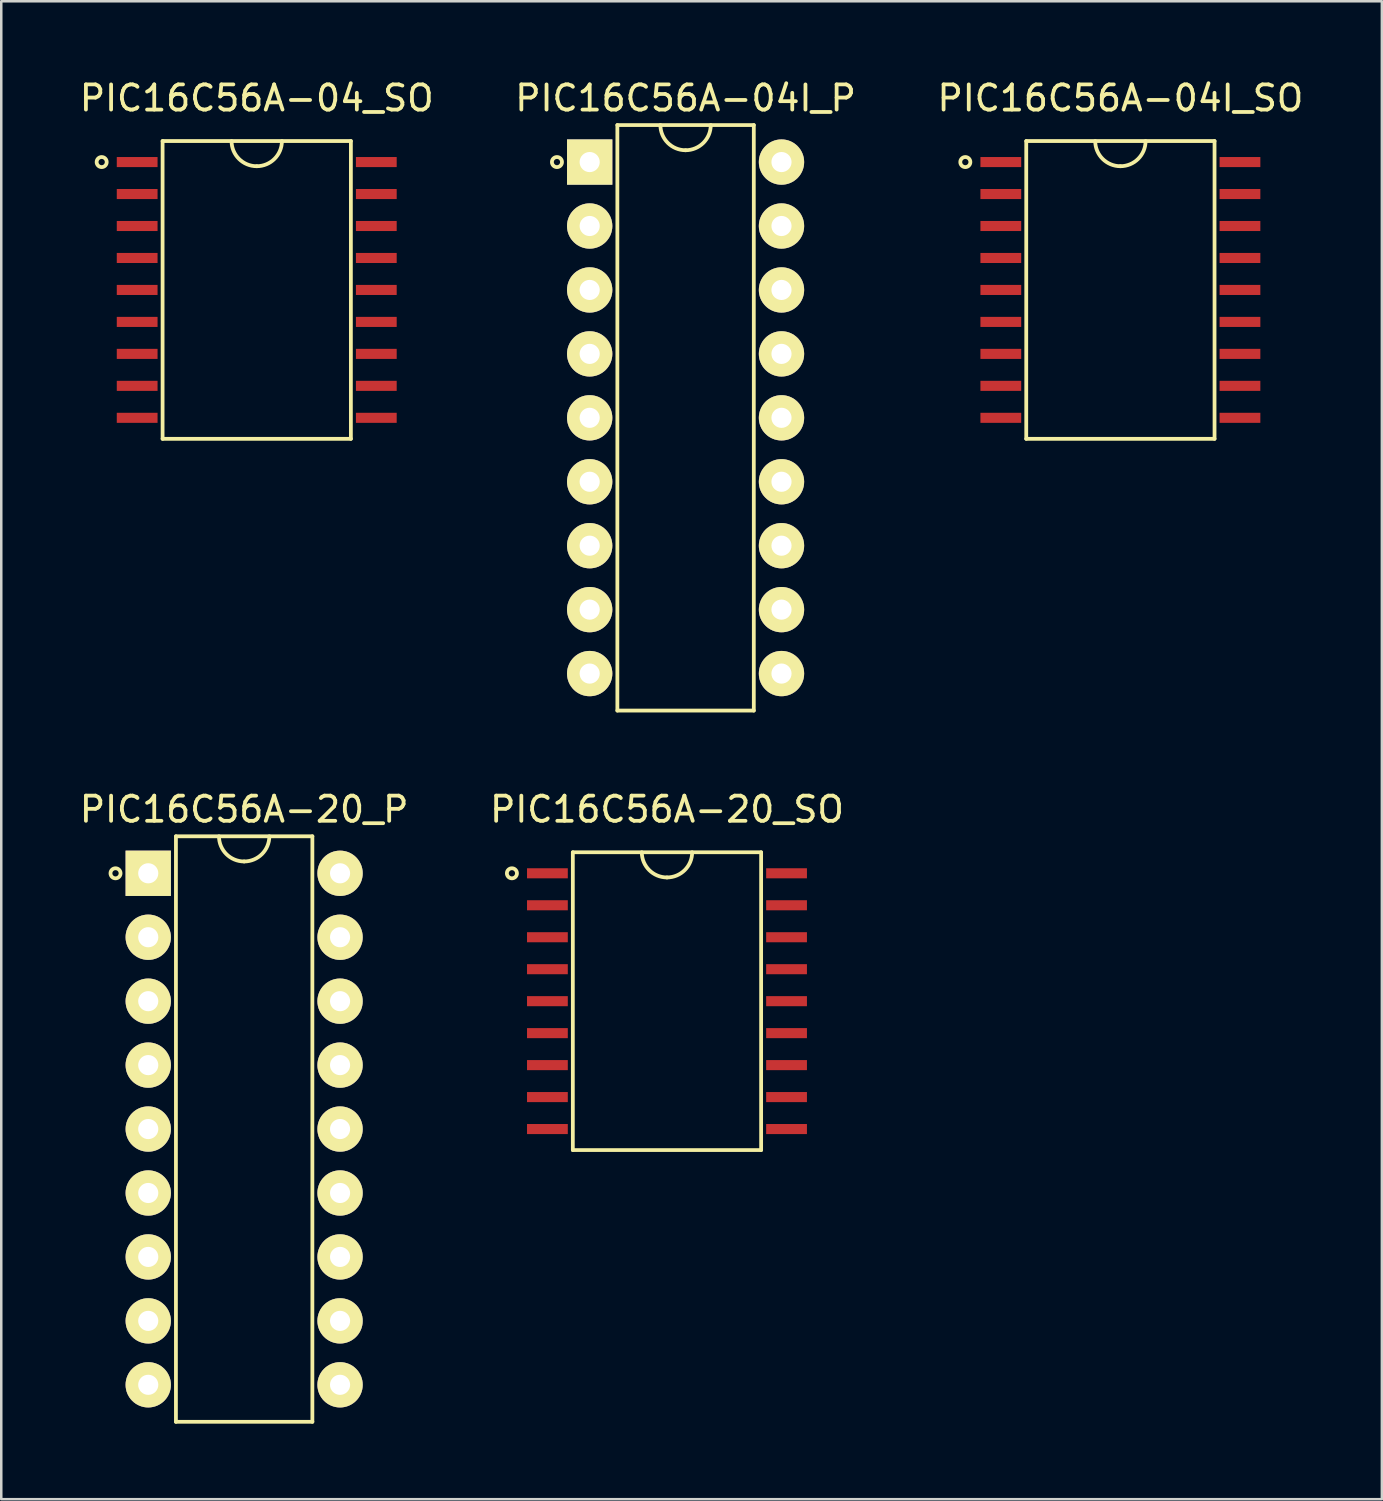
<source format=kicad_pcb>
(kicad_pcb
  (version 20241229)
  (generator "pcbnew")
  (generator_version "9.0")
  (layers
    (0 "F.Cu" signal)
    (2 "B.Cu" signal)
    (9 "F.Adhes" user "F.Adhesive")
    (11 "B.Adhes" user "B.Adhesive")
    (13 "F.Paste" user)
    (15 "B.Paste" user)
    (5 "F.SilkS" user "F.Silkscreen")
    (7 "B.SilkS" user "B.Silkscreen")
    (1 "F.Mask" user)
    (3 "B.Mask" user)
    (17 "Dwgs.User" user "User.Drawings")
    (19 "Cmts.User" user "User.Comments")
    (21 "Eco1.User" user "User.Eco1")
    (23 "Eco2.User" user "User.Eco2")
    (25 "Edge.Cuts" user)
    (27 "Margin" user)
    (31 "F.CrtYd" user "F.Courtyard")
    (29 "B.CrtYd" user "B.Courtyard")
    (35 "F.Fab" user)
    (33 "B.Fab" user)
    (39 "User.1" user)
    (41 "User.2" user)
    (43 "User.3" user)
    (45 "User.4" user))
  (footprint "PIC16C56A-04I_P"
    (layer "F.Cu")
    (at 20.375 3.388)
    (property "Reference" "PIC16C56A-04I_P" (at 3.81 -2.54 0) (layer "F.SilkS") (effects (font (size 1 1) (thickness 0.15))))
    (attr through_hole)
    (fp_line (start 1.1 -1.47) (end 6.52 -1.47) (stroke (width 0.15) (type solid)) (layer "F.SilkS"))
    (fp_line (start 1.1 21.79) (end 1.1 -1.47) (stroke (width 0.15) (type solid)) (layer "F.SilkS"))
    (fp_line (start 6.52 -1.47) (end 6.52 21.79) (stroke (width 0.15) (type solid)) (layer "F.SilkS"))
    (fp_line (start 6.52 21.79) (end 1.1 21.79) (stroke (width 0.15) (type solid)) (layer "F.SilkS"))
    (fp_arc (start 3.81 -0.47) (mid 3.102893 -0.762893) (end 2.81 -1.47) (stroke (width 0.15) (type solid)) (layer "F.SilkS"))
    (fp_arc (start 4.81 -1.47) (mid 4.517107 -0.762893) (end 3.81 -0.47) (stroke (width 0.15) (type solid)) (layer "F.SilkS"))
    (fp_circle (center -1.3 0) (end -1.3 0.2) (stroke (width 0.15) (type solid)) (fill no) (layer "F.SilkS"))
    (pad "1" thru_hole rect (at 0 0) (size 1.8 1.8) (drill 0.8) (layers "*.Cu" "*.Mask" "F.SilkS"))
    (pad "2" thru_hole circle (at 0 2.54) (size 1.8 1.8) (drill 0.8) (layers "*.Cu" "*.Mask" "F.SilkS"))
    (pad "3" thru_hole circle (at 0 5.08) (size 1.8 1.8) (drill 0.8) (layers "*.Cu" "*.Mask" "F.SilkS"))
    (pad "4" thru_hole circle (at 0 7.62) (size 1.8 1.8) (drill 0.8) (layers "*.Cu" "*.Mask" "F.SilkS"))
    (pad "5" thru_hole circle (at 0 10.16) (size 1.8 1.8) (drill 0.8) (layers "*.Cu" "*.Mask" "F.SilkS"))
    (pad "6" thru_hole circle (at 0 12.7) (size 1.8 1.8) (drill 0.8) (layers "*.Cu" "*.Mask" "F.SilkS"))
    (pad "7" thru_hole circle (at 0 15.24) (size 1.8 1.8) (drill 0.8) (layers "*.Cu" "*.Mask" "F.SilkS"))
    (pad "8" thru_hole circle (at 0 17.78) (size 1.8 1.8) (drill 0.8) (layers "*.Cu" "*.Mask" "F.SilkS"))
    (pad "9" thru_hole circle (at 0 20.32) (size 1.8 1.8) (drill 0.8) (layers "*.Cu" "*.Mask" "F.SilkS"))
    (pad "10" thru_hole circle (at 7.62 20.32) (size 1.8 1.8) (drill 0.8) (layers "*.Cu" "*.Mask" "F.SilkS"))
    (pad "11" thru_hole circle (at 7.62 17.78) (size 1.8 1.8) (drill 0.8) (layers "*.Cu" "*.Mask" "F.SilkS"))
    (pad "12" thru_hole circle (at 7.62 15.24) (size 1.8 1.8) (drill 0.8) (layers "*.Cu" "*.Mask" "F.SilkS"))
    (pad "13" thru_hole circle (at 7.62 12.7) (size 1.8 1.8) (drill 0.8) (layers "*.Cu" "*.Mask" "F.SilkS"))
    (pad "14" thru_hole circle (at 7.62 10.16) (size 1.8 1.8) (drill 0.8) (layers "*.Cu" "*.Mask" "F.SilkS"))
    (pad "15" thru_hole circle (at 7.62 7.62) (size 1.8 1.8) (drill 0.8) (layers "*.Cu" "*.Mask" "F.SilkS"))
    (pad "16" thru_hole circle (at 7.62 5.08) (size 1.8 1.8) (drill 0.8) (layers "*.Cu" "*.Mask" "F.SilkS"))
    (pad "17" thru_hole circle (at 7.62 2.54) (size 1.8 1.8) (drill 0.8) (layers "*.Cu" "*.Mask" "F.SilkS"))
    (pad "18" thru_hole circle (at 7.62 0) (size 1.8 1.8) (drill 0.8) (layers "*.Cu" "*.Mask" "F.SilkS")))
  (footprint "PIC16C56A-04I_SO"
    (layer "F.Cu")
    (at 36.708 3.388)
    (property "Reference" "PIC16C56A-04I_SO" (at 4.75 -2.54 0) (layer "F.SilkS") (effects (font (size 1 1) (thickness 0.15))))
    (attr through_hole)
    (fp_line (start 1.01 -0.835) (end 8.49 -0.835) (stroke (width 0.15) (type solid)) (layer "F.SilkS"))
    (fp_line (start 1.01 10.995) (end 1.01 -0.835) (stroke (width 0.15) (type solid)) (layer "F.SilkS"))
    (fp_line (start 8.49 -0.835) (end 8.49 10.995) (stroke (width 0.15) (type solid)) (layer "F.SilkS"))
    (fp_line (start 8.49 10.995) (end 1.01 10.995) (stroke (width 0.15) (type solid)) (layer "F.SilkS"))
    (fp_arc (start 4.75 0.165) (mid 4.042893 -0.127893) (end 3.75 -0.835) (stroke (width 0.15) (type solid)) (layer "F.SilkS"))
    (fp_arc (start 5.75 -0.835) (mid 5.457107 -0.127893) (end 4.75 0.165) (stroke (width 0.15) (type solid)) (layer "F.SilkS"))
    (fp_circle (center -1.41 0) (end -1.41 0.2) (stroke (width 0.15) (type solid)) (fill no) (layer "F.SilkS"))
    (pad "1" smd rect (at 0 0) (size 1.62 0.4) (layers "F.Cu" "F.Mask" "F.Paste"))
    (pad "2" smd rect (at 0 1.27) (size 1.62 0.4) (layers "F.Cu" "F.Mask" "F.Paste"))
    (pad "3" smd rect (at 0 2.54) (size 1.62 0.4) (layers "F.Cu" "F.Mask" "F.Paste"))
    (pad "4" smd rect (at 0 3.81) (size 1.62 0.4) (layers "F.Cu" "F.Mask" "F.Paste"))
    (pad "5" smd rect (at 0 5.08) (size 1.62 0.4) (layers "F.Cu" "F.Mask" "F.Paste"))
    (pad "6" smd rect (at 0 6.35) (size 1.62 0.4) (layers "F.Cu" "F.Mask" "F.Paste"))
    (pad "7" smd rect (at 0 7.62) (size 1.62 0.4) (layers "F.Cu" "F.Mask" "F.Paste"))
    (pad "8" smd rect (at 0 8.89) (size 1.62 0.4) (layers "F.Cu" "F.Mask" "F.Paste"))
    (pad "9" smd rect (at 0 10.16) (size 1.62 0.4) (layers "F.Cu" "F.Mask" "F.Paste"))
    (pad "10" smd rect (at 9.5 10.16) (size 1.62 0.4) (layers "F.Cu" "F.Mask" "F.Paste"))
    (pad "11" smd rect (at 9.5 8.89) (size 1.62 0.4) (layers "F.Cu" "F.Mask" "F.Paste"))
    (pad "12" smd rect (at 9.5 7.62) (size 1.62 0.4) (layers "F.Cu" "F.Mask" "F.Paste"))
    (pad "13" smd rect (at 9.5 6.35) (size 1.62 0.4) (layers "F.Cu" "F.Mask" "F.Paste"))
    (pad "14" smd rect (at 9.5 5.08) (size 1.62 0.4) (layers "F.Cu" "F.Mask" "F.Paste"))
    (pad "15" smd rect (at 9.5 3.81) (size 1.62 0.4) (layers "F.Cu" "F.Mask" "F.Paste"))
    (pad "16" smd rect (at 9.5 2.54) (size 1.62 0.4) (layers "F.Cu" "F.Mask" "F.Paste"))
    (pad "17" smd rect (at 9.5 1.27) (size 1.62 0.4) (layers "F.Cu" "F.Mask" "F.Paste"))
    (pad "18" smd rect (at 9.5 0) (size 1.62 0.4) (layers "F.Cu" "F.Mask" "F.Paste")))
  (footprint "PIC16C56A-20_SO"
    (layer "F.Cu")
    (at 18.696 31.642)
    (property "Reference" "PIC16C56A-20_SO" (at 4.75 -2.54 0) (layer "F.SilkS") (effects (font (size 1 1) (thickness 0.15))))
    (attr through_hole)
    (fp_line (start 1.01 -0.835) (end 8.49 -0.835) (stroke (width 0.15) (type solid)) (layer "F.SilkS"))
    (fp_line (start 1.01 10.995) (end 1.01 -0.835) (stroke (width 0.15) (type solid)) (layer "F.SilkS"))
    (fp_line (start 8.49 -0.835) (end 8.49 10.995) (stroke (width 0.15) (type solid)) (layer "F.SilkS"))
    (fp_line (start 8.49 10.995) (end 1.01 10.995) (stroke (width 0.15) (type solid)) (layer "F.SilkS"))
    (fp_arc (start 4.75 0.165) (mid 4.042893 -0.127893) (end 3.75 -0.835) (stroke (width 0.15) (type solid)) (layer "F.SilkS"))
    (fp_arc (start 5.75 -0.835) (mid 5.457107 -0.127893) (end 4.75 0.165) (stroke (width 0.15) (type solid)) (layer "F.SilkS"))
    (fp_circle (center -1.41 0) (end -1.41 0.2) (stroke (width 0.15) (type solid)) (fill no) (layer "F.SilkS"))
    (pad "1" smd rect (at 0 0) (size 1.62 0.4) (layers "F.Cu" "F.Mask" "F.Paste"))
    (pad "2" smd rect (at 0 1.27) (size 1.62 0.4) (layers "F.Cu" "F.Mask" "F.Paste"))
    (pad "3" smd rect (at 0 2.54) (size 1.62 0.4) (layers "F.Cu" "F.Mask" "F.Paste"))
    (pad "4" smd rect (at 0 3.81) (size 1.62 0.4) (layers "F.Cu" "F.Mask" "F.Paste"))
    (pad "5" smd rect (at 0 5.08) (size 1.62 0.4) (layers "F.Cu" "F.Mask" "F.Paste"))
    (pad "6" smd rect (at 0 6.35) (size 1.62 0.4) (layers "F.Cu" "F.Mask" "F.Paste"))
    (pad "7" smd rect (at 0 7.62) (size 1.62 0.4) (layers "F.Cu" "F.Mask" "F.Paste"))
    (pad "8" smd rect (at 0 8.89) (size 1.62 0.4) (layers "F.Cu" "F.Mask" "F.Paste"))
    (pad "9" smd rect (at 0 10.16) (size 1.62 0.4) (layers "F.Cu" "F.Mask" "F.Paste"))
    (pad "10" smd rect (at 9.5 10.16) (size 1.62 0.4) (layers "F.Cu" "F.Mask" "F.Paste"))
    (pad "11" smd rect (at 9.5 8.89) (size 1.62 0.4) (layers "F.Cu" "F.Mask" "F.Paste"))
    (pad "12" smd rect (at 9.5 7.62) (size 1.62 0.4) (layers "F.Cu" "F.Mask" "F.Paste"))
    (pad "13" smd rect (at 9.5 6.35) (size 1.62 0.4) (layers "F.Cu" "F.Mask" "F.Paste"))
    (pad "14" smd rect (at 9.5 5.08) (size 1.62 0.4) (layers "F.Cu" "F.Mask" "F.Paste"))
    (pad "15" smd rect (at 9.5 3.81) (size 1.62 0.4) (layers "F.Cu" "F.Mask" "F.Paste"))
    (pad "16" smd rect (at 9.5 2.54) (size 1.62 0.4) (layers "F.Cu" "F.Mask" "F.Paste"))
    (pad "17" smd rect (at 9.5 1.27) (size 1.62 0.4) (layers "F.Cu" "F.Mask" "F.Paste"))
    (pad "18" smd rect (at 9.5 0) (size 1.62 0.4) (layers "F.Cu" "F.Mask" "F.Paste")))
  (footprint "PIC16C56A-20_P"
    (layer "F.Cu")
    (at 2.839 31.642)
    (property "Reference" "PIC16C56A-20_P" (at 3.81 -2.54 0) (layer "F.SilkS") (effects (font (size 1 1) (thickness 0.15))))
    (attr through_hole)
    (fp_line (start 1.1 -1.47) (end 6.52 -1.47) (stroke (width 0.15) (type solid)) (layer "F.SilkS"))
    (fp_line (start 1.1 21.79) (end 1.1 -1.47) (stroke (width 0.15) (type solid)) (layer "F.SilkS"))
    (fp_line (start 6.52 -1.47) (end 6.52 21.79) (stroke (width 0.15) (type solid)) (layer "F.SilkS"))
    (fp_line (start 6.52 21.79) (end 1.1 21.79) (stroke (width 0.15) (type solid)) (layer "F.SilkS"))
    (fp_arc (start 3.81 -0.47) (mid 3.102893 -0.762893) (end 2.81 -1.47) (stroke (width 0.15) (type solid)) (layer "F.SilkS"))
    (fp_arc (start 4.81 -1.47) (mid 4.517107 -0.762893) (end 3.81 -0.47) (stroke (width 0.15) (type solid)) (layer "F.SilkS"))
    (fp_circle (center -1.3 0) (end -1.3 0.2) (stroke (width 0.15) (type solid)) (fill no) (layer "F.SilkS"))
    (pad "1" thru_hole rect (at 0 0) (size 1.8 1.8) (drill 0.8) (layers "*.Cu" "*.Mask" "F.SilkS"))
    (pad "2" thru_hole circle (at 0 2.54) (size 1.8 1.8) (drill 0.8) (layers "*.Cu" "*.Mask" "F.SilkS"))
    (pad "3" thru_hole circle (at 0 5.08) (size 1.8 1.8) (drill 0.8) (layers "*.Cu" "*.Mask" "F.SilkS"))
    (pad "4" thru_hole circle (at 0 7.62) (size 1.8 1.8) (drill 0.8) (layers "*.Cu" "*.Mask" "F.SilkS"))
    (pad "5" thru_hole circle (at 0 10.16) (size 1.8 1.8) (drill 0.8) (layers "*.Cu" "*.Mask" "F.SilkS"))
    (pad "6" thru_hole circle (at 0 12.7) (size 1.8 1.8) (drill 0.8) (layers "*.Cu" "*.Mask" "F.SilkS"))
    (pad "7" thru_hole circle (at 0 15.24) (size 1.8 1.8) (drill 0.8) (layers "*.Cu" "*.Mask" "F.SilkS"))
    (pad "8" thru_hole circle (at 0 17.78) (size 1.8 1.8) (drill 0.8) (layers "*.Cu" "*.Mask" "F.SilkS"))
    (pad "9" thru_hole circle (at 0 20.32) (size 1.8 1.8) (drill 0.8) (layers "*.Cu" "*.Mask" "F.SilkS"))
    (pad "10" thru_hole circle (at 7.62 20.32) (size 1.8 1.8) (drill 0.8) (layers "*.Cu" "*.Mask" "F.SilkS"))
    (pad "11" thru_hole circle (at 7.62 17.78) (size 1.8 1.8) (drill 0.8) (layers "*.Cu" "*.Mask" "F.SilkS"))
    (pad "12" thru_hole circle (at 7.62 15.24) (size 1.8 1.8) (drill 0.8) (layers "*.Cu" "*.Mask" "F.SilkS"))
    (pad "13" thru_hole circle (at 7.62 12.7) (size 1.8 1.8) (drill 0.8) (layers "*.Cu" "*.Mask" "F.SilkS"))
    (pad "14" thru_hole circle (at 7.62 10.16) (size 1.8 1.8) (drill 0.8) (layers "*.Cu" "*.Mask" "F.SilkS"))
    (pad "15" thru_hole circle (at 7.62 7.62) (size 1.8 1.8) (drill 0.8) (layers "*.Cu" "*.Mask" "F.SilkS"))
    (pad "16" thru_hole circle (at 7.62 5.08) (size 1.8 1.8) (drill 0.8) (layers "*.Cu" "*.Mask" "F.SilkS"))
    (pad "17" thru_hole circle (at 7.62 2.54) (size 1.8 1.8) (drill 0.8) (layers "*.Cu" "*.Mask" "F.SilkS"))
    (pad "18" thru_hole circle (at 7.62 0) (size 1.8 1.8) (drill 0.8) (layers "*.Cu" "*.Mask" "F.SilkS")))
  (footprint "PIC16C56A-04_SO"
    (layer "F.Cu")
    (at 2.399 3.388)
    (property "Reference" "PIC16C56A-04_SO" (at 4.75 -2.54 0) (layer "F.SilkS") (effects (font (size 1 1) (thickness 0.15))))
    (attr through_hole)
    (fp_line (start 1.01 -0.835) (end 8.49 -0.835) (stroke (width 0.15) (type solid)) (layer "F.SilkS"))
    (fp_line (start 1.01 10.995) (end 1.01 -0.835) (stroke (width 0.15) (type solid)) (layer "F.SilkS"))
    (fp_line (start 8.49 -0.835) (end 8.49 10.995) (stroke (width 0.15) (type solid)) (layer "F.SilkS"))
    (fp_line (start 8.49 10.995) (end 1.01 10.995) (stroke (width 0.15) (type solid)) (layer "F.SilkS"))
    (fp_arc (start 4.75 0.165) (mid 4.042893 -0.127893) (end 3.75 -0.835) (stroke (width 0.15) (type solid)) (layer "F.SilkS"))
    (fp_arc (start 5.75 -0.835) (mid 5.457107 -0.127893) (end 4.75 0.165) (stroke (width 0.15) (type solid)) (layer "F.SilkS"))
    (fp_circle (center -1.41 0) (end -1.41 0.2) (stroke (width 0.15) (type solid)) (fill no) (layer "F.SilkS"))
    (pad "1" smd rect (at 0 0) (size 1.62 0.4) (layers "F.Cu" "F.Mask" "F.Paste"))
    (pad "2" smd rect (at 0 1.27) (size 1.62 0.4) (layers "F.Cu" "F.Mask" "F.Paste"))
    (pad "3" smd rect (at 0 2.54) (size 1.62 0.4) (layers "F.Cu" "F.Mask" "F.Paste"))
    (pad "4" smd rect (at 0 3.81) (size 1.62 0.4) (layers "F.Cu" "F.Mask" "F.Paste"))
    (pad "5" smd rect (at 0 5.08) (size 1.62 0.4) (layers "F.Cu" "F.Mask" "F.Paste"))
    (pad "6" smd rect (at 0 6.35) (size 1.62 0.4) (layers "F.Cu" "F.Mask" "F.Paste"))
    (pad "7" smd rect (at 0 7.62) (size 1.62 0.4) (layers "F.Cu" "F.Mask" "F.Paste"))
    (pad "8" smd rect (at 0 8.89) (size 1.62 0.4) (layers "F.Cu" "F.Mask" "F.Paste"))
    (pad "9" smd rect (at 0 10.16) (size 1.62 0.4) (layers "F.Cu" "F.Mask" "F.Paste"))
    (pad "10" smd rect (at 9.5 10.16) (size 1.62 0.4) (layers "F.Cu" "F.Mask" "F.Paste"))
    (pad "11" smd rect (at 9.5 8.89) (size 1.62 0.4) (layers "F.Cu" "F.Mask" "F.Paste"))
    (pad "12" smd rect (at 9.5 7.62) (size 1.62 0.4) (layers "F.Cu" "F.Mask" "F.Paste"))
    (pad "13" smd rect (at 9.5 6.35) (size 1.62 0.4) (layers "F.Cu" "F.Mask" "F.Paste"))
    (pad "14" smd rect (at 9.5 5.08) (size 1.62 0.4) (layers "F.Cu" "F.Mask" "F.Paste"))
    (pad "15" smd rect (at 9.5 3.81) (size 1.62 0.4) (layers "F.Cu" "F.Mask" "F.Paste"))
    (pad "16" smd rect (at 9.5 2.54) (size 1.62 0.4) (layers "F.Cu" "F.Mask" "F.Paste"))
    (pad "17" smd rect (at 9.5 1.27) (size 1.62 0.4) (layers "F.Cu" "F.Mask" "F.Paste"))
    (pad "18" smd rect (at 9.5 0) (size 1.62 0.4) (layers "F.Cu" "F.Mask" "F.Paste")))
  (gr_rect
    (start -3 -3)
    (end 51.845 56.507)
    (stroke (width 0.1) (type default))
    (fill no)
    (layer "Edge.Cuts")))
</source>
